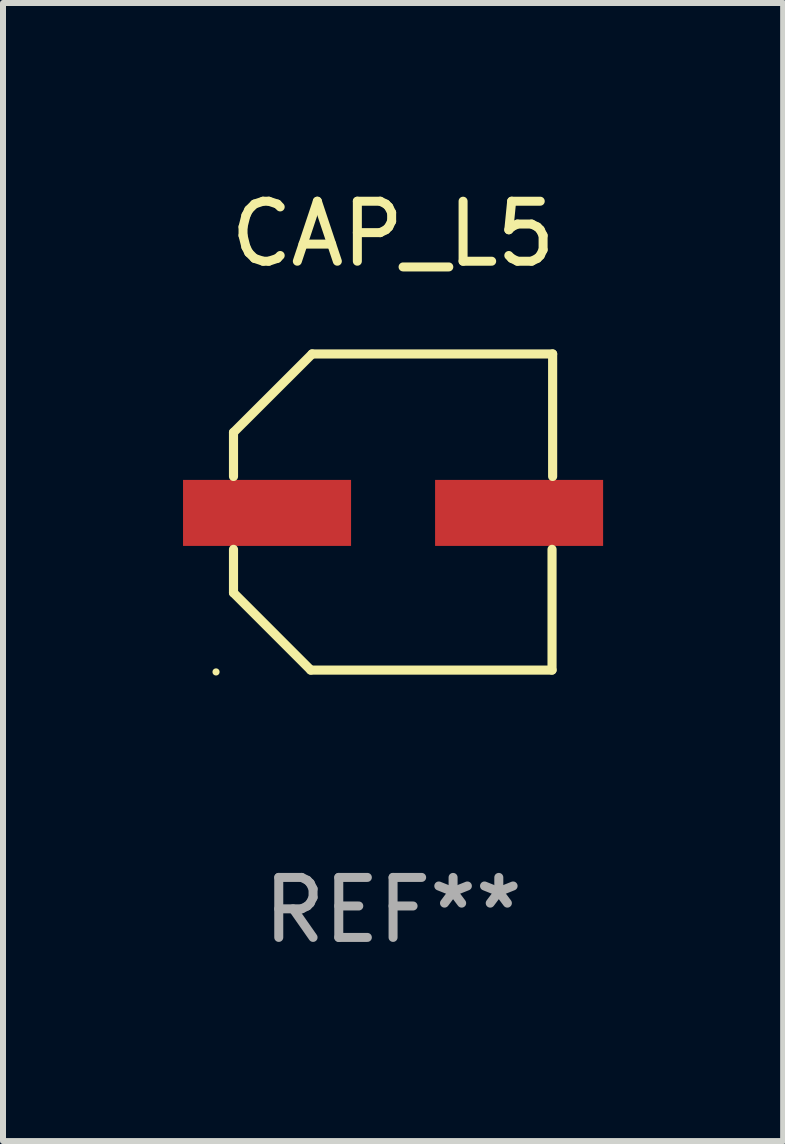
<source format=kicad_pcb>
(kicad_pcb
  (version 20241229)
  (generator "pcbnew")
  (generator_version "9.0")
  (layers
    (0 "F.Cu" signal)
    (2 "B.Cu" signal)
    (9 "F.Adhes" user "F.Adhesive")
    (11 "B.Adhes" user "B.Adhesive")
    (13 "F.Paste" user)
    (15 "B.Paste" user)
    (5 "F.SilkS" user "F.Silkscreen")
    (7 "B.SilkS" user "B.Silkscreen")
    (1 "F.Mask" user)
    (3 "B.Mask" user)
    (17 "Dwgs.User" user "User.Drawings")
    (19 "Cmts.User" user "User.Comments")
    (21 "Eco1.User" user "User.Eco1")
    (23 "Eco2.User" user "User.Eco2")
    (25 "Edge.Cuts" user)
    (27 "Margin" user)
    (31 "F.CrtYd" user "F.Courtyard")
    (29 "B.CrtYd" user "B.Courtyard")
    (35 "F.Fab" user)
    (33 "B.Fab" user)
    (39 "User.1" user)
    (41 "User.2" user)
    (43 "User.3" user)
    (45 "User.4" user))
  (footprint "CAP_L5"
    (layer "F.Cu")
    (at 3.5 5.497)
    (property "Reference" "CAP_L5" (at 0 -4.649 0) (layer "F.SilkS") (effects (font (size 1 1) (thickness 0.15))))
    (attr through_hole)
    (fp_line (start -2.659 -1.341) (end -2.659 -0.607) (stroke (width 0.152) (type solid)) (layer "F.SilkS"))
    (fp_line (start -2.659 1.331) (end -2.659 0.607) (stroke (width 0.152) (type solid)) (layer "F.SilkS"))
    (fp_line (start -1.372 2.619) (end -2.659 1.331) (stroke (width 0.152) (type solid)) (layer "F.SilkS"))
    (fp_line (start -1.349 -2.649) (end -2.659 -1.341) (stroke (width 0.152) (type solid)) (layer "F.SilkS"))
    (fp_line (start 2.649 0.607) (end 2.649 2.619) (stroke (width 0.152) (type solid)) (layer "F.SilkS"))
    (fp_line (start 2.649 2.619) (end -1.372 2.619) (stroke (width 0.152) (type solid)) (layer "F.SilkS"))
    (fp_line (start 2.659 -2.649) (end -1.349 -2.649) (stroke (width 0.152) (type solid)) (layer "F.SilkS"))
    (fp_line (start 2.659 -0.607) (end 2.659 -2.649) (stroke (width 0.152) (type solid)) (layer "F.SilkS"))
    (fp_circle (center -2.95 2.65) (end -2.92 2.65) (stroke (width 0.06) (type solid)) (fill no) (layer "F.SilkS"))
    (fp_text user "REF**" (at 0 6.619 0) (layer "F.Fab") (effects (font (size 1 1) (thickness 0.15))))
    (pad "1" smd rect (at -2.1 0) (size 2.8 1.1) (layers "F.Cu" "F.Mask" "F.Paste"))
    (pad "2" smd rect (at 2.1 0) (size 2.8 1.1) (layers "F.Cu" "F.Mask" "F.Paste")))
  (gr_rect
    (start -3 -3)
    (end 10 15.964)
    (stroke (width 0.1) (type default))
    (fill no)
    (layer "Edge.Cuts")))
</source>
